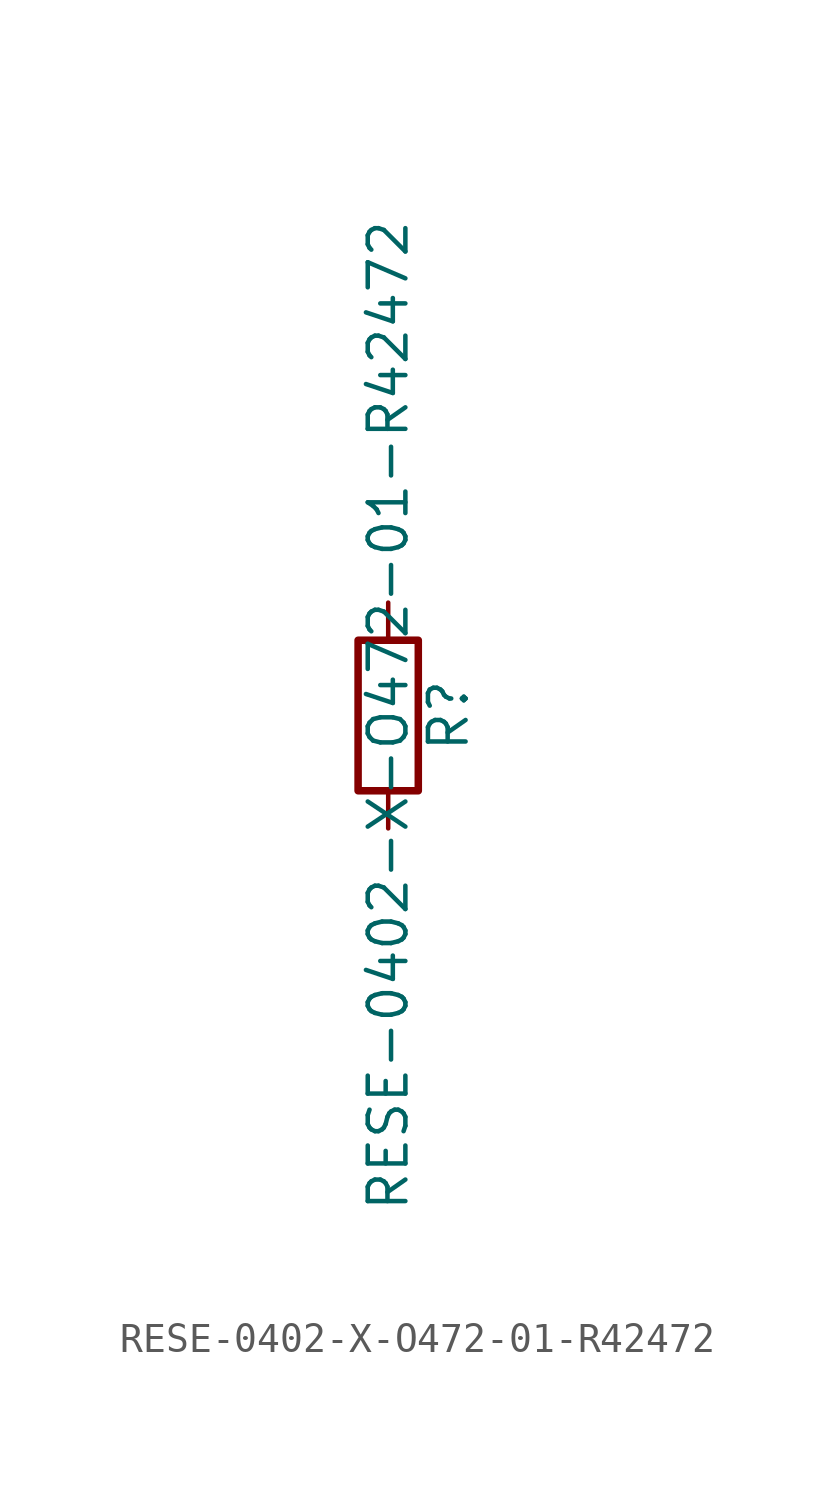
<source format=kicad_sym>
(kicad_symbol_lib
  (version 20211014)
  (generator kicad_symbol_editor)
  (symbol "RESE-0402-X-O472-01-R42472"
    (pin_numbers hide)
    (pin_names
      (offset 0))
    (property "Reference" "R"
      (at 2.032 0 90)
      (effects (font (size 1.27 1.27))))
    (property "Value" "RESE-0402-X-O472-01-R42472"
      (at 0 0 90)
      (effects (font (size 1.27 1.27))))
    (symbol "RESE-0402-X-O472-01-R42472_0_1"
      (rectangle (start -1.016 -2.54) (end 1.016 2.54) (stroke (width 0.254) (type default) (color 0 0 0 0)) (fill (type none))))
    (symbol "RESE-0402-X-O472-01-R42472_1_1"
      (pin passive line (at 0 3.81 270) (length 1.27) (name "~" (effects (font (size 1.27 1.27)))) (number "1" (effects (font (size 1.27 1.27)))))
      (pin passive line (at 0 -3.81 90) (length 1.27) (name "~" (effects (font (size 1.27 1.27)))) (number "2" (effects (font (size 1.27 1.27))))))))
</source>
